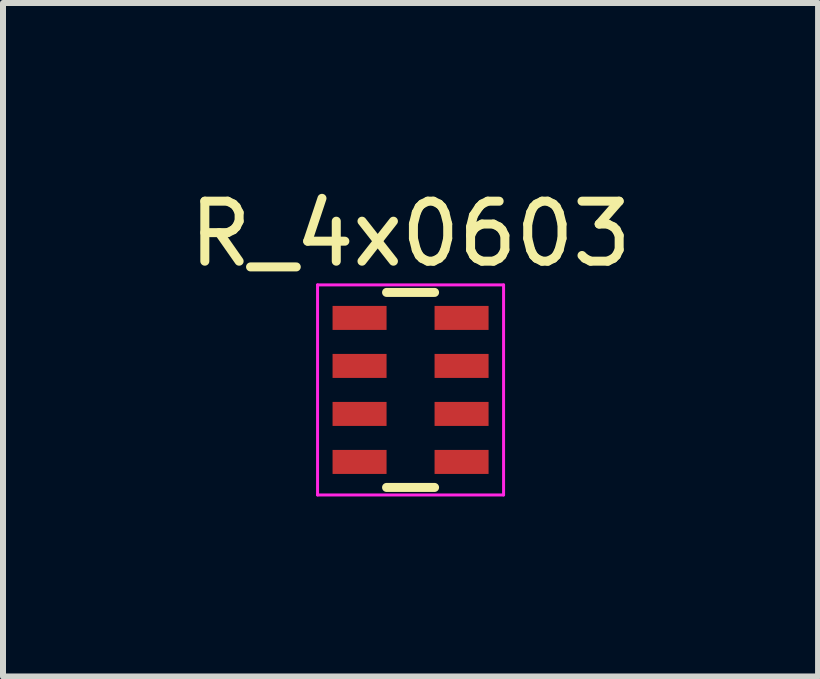
<source format=kicad_pcb>
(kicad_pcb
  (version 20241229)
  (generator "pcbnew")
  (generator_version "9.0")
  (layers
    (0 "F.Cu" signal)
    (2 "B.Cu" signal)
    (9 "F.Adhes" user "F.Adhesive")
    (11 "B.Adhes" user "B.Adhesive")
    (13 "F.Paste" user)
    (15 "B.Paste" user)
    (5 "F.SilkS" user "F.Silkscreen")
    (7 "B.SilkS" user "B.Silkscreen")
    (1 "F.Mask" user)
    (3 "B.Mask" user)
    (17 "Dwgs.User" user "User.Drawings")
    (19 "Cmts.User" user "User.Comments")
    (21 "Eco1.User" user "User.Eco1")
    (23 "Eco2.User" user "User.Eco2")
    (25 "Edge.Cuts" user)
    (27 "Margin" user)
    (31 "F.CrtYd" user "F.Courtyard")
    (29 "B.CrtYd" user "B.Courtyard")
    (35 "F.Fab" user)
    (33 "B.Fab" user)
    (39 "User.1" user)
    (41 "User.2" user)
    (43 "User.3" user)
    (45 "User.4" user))
  (footprint "R_4x0603"
    (layer "F.Cu")
    (at 3.792 3.448)
    (property "Reference" "R_4x0603" (at 0 -2.6 0) (layer "F.SilkS") (effects (font (size 1 1) (thickness 0.15))))
    (attr smd)
    (fp_line (start 0.4 -1.625) (end -0.4 -1.625) (stroke (width 0.15) (type solid)) (layer "F.SilkS"))
    (fp_line (start 0.4 1.625) (end -0.4 1.625) (stroke (width 0.15) (type solid)) (layer "F.SilkS"))
    (fp_line (start -1.55 -1.75) (end -1.55 1.75) (stroke (width 0.05) (type solid)) (layer "F.CrtYd"))
    (fp_line (start -1.55 -1.75) (end 1.55 -1.75) (stroke (width 0.05) (type solid)) (layer "F.CrtYd"))
    (fp_line (start -1.55 1.75) (end 1.55 1.75) (stroke (width 0.05) (type solid)) (layer "F.CrtYd"))
    (fp_line (start 1.55 -1.75) (end 1.55 1.75) (stroke (width 0.05) (type solid)) (layer "F.CrtYd"))
    (pad "1" smd rect (at -0.85 -1.2) (size 0.9 0.4) (layers "F.Cu" "F.Mask" "F.Paste"))
    (pad "2" smd rect (at -0.85 -0.4) (size 0.9 0.4) (layers "F.Cu" "F.Mask" "F.Paste"))
    (pad "3" smd rect (at -0.85 0.4) (size 0.9 0.4) (layers "F.Cu" "F.Mask" "F.Paste"))
    (pad "4" smd rect (at -0.85 1.2) (size 0.9 0.4) (layers "F.Cu" "F.Mask" "F.Paste"))
    (pad "5" smd rect (at 0.85 1.2) (size 0.9 0.4) (layers "F.Cu" "F.Mask" "F.Paste"))
    (pad "6" smd rect (at 0.85 0.4) (size 0.9 0.4) (layers "F.Cu" "F.Mask" "F.Paste"))
    (pad "7" smd rect (at 0.85 -0.4) (size 0.9 0.4) (layers "F.Cu" "F.Mask" "F.Paste"))
    (pad "8" smd rect (at 0.85 -1.2) (size 0.9 0.4) (layers "F.Cu" "F.Mask" "F.Paste")))
  (gr_rect
    (start -3 -3)
    (end 10.583 8.223)
    (stroke (width 0.1) (type default))
    (fill no)
    (layer "Edge.Cuts")))
</source>
